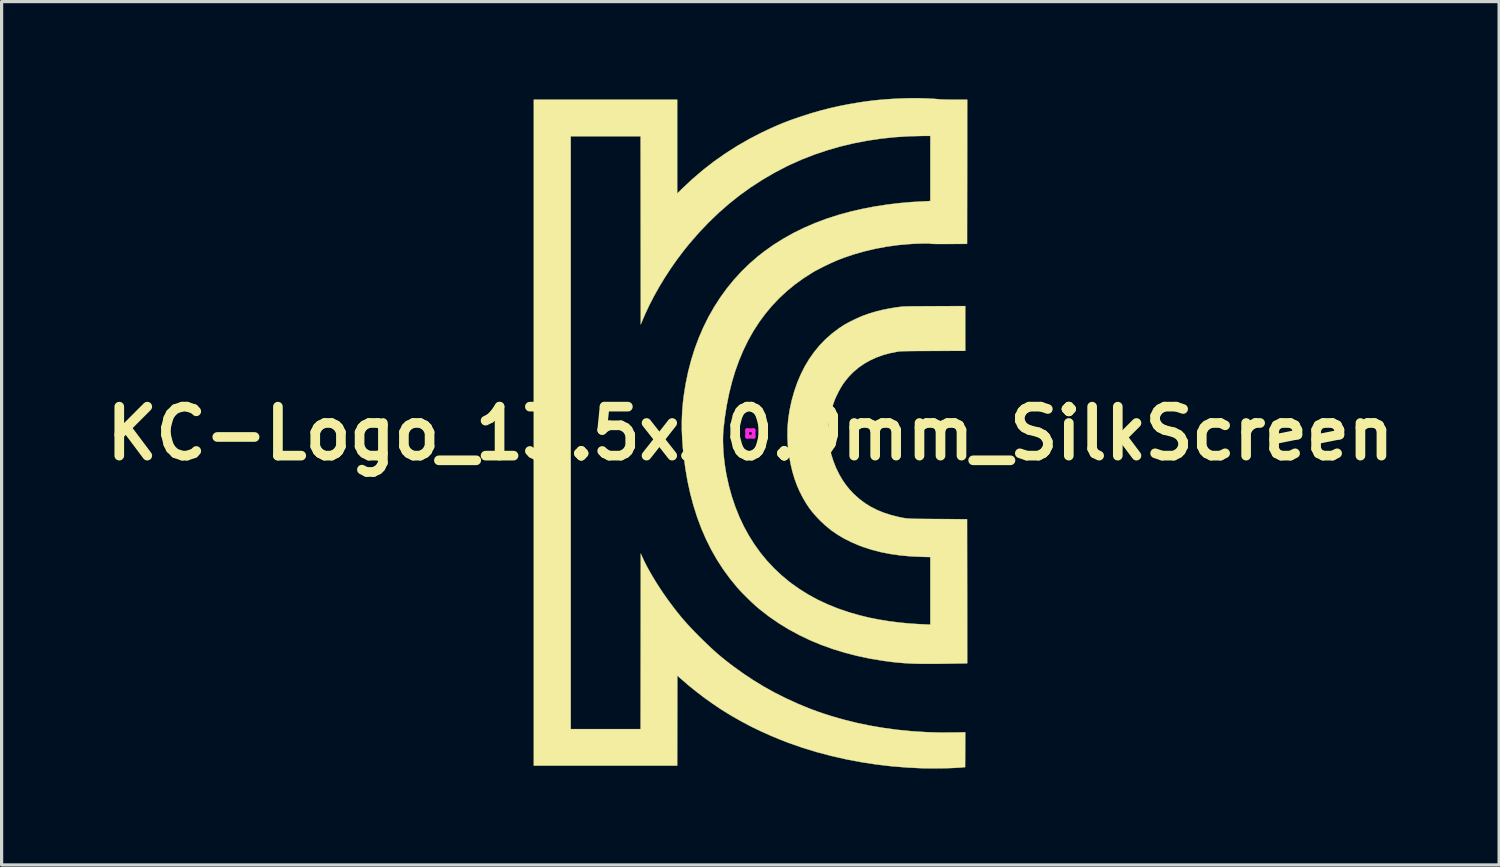
<source format=kicad_pcb>
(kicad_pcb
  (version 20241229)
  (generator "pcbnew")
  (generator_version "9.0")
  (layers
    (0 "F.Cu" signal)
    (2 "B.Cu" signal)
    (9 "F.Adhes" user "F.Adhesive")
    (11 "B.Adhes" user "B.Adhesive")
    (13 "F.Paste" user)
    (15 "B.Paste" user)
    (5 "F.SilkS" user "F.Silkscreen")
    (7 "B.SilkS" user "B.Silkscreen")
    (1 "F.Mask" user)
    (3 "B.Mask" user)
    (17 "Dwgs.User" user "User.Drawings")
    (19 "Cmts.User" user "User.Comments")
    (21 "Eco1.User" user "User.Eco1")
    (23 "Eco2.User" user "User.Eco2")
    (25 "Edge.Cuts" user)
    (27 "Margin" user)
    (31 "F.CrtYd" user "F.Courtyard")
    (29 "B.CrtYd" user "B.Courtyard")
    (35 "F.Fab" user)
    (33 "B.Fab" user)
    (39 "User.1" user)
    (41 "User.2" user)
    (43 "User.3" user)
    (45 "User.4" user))
  (footprint "KC-Logo_13.5x20.9mm_SilkScreen"
    (layer "F.Cu")
    (at 20.291 10.434)
    (property "Reference" "KC-Logo_13.5x20.9mm_SilkScreen" (at 0 0 0) (layer "F.SilkS") (effects (font (size 1.524 1.524) (thickness 0.3))))
    (attr exclude_from_pos_files exclude_from_bom)
    (fp_poly (pts (xy 5.459 -10.423) (xy 5.672 -10.413) (xy 5.842 -10.399) (xy 5.914 -10.393) (xy 6.002 -10.389) (xy 6.107 -10.386) (xy 6.23 -10.384) (xy 6.372 -10.384) (xy 6.373 -10.384) (xy 6.746 -10.384) (xy 6.744 -8.141) (xy 6.741 -5.898) (xy 6.178 -5.895) (xy 6.047 -5.895) (xy 5.935 -5.895) (xy 5.841 -5.895) (xy 5.764 -5.895) (xy 5.704 -5.897) (xy 5.658 -5.898) (xy 5.626 -5.9) (xy 5.608 -5.902) (xy 5.602 -5.904) (xy 5.587 -5.908) (xy 5.555 -5.91) (xy 5.507 -5.911) (xy 5.446 -5.911) (xy 5.375 -5.91) (xy 5.295 -5.908) (xy 5.21 -5.905) (xy 5.122 -5.902) (xy 5.032 -5.897) (xy 4.948 -5.892) (xy 4.597 -5.861) (xy 4.247 -5.813) (xy 3.9 -5.749) (xy 3.558 -5.669) (xy 3.224 -5.574) (xy 2.902 -5.465) (xy 2.743 -5.404) (xy 2.662 -5.37) (xy 2.569 -5.329) (xy 2.467 -5.282) (xy 2.362 -5.232) (xy 2.257 -5.181) (xy 2.156 -5.129) (xy 2.063 -5.081) (xy 1.982 -5.036) (xy 1.937 -5.01) (xy 1.655 -4.83) (xy 1.387 -4.636) (xy 1.135 -4.429) (xy 0.897 -4.208) (xy 0.674 -3.973) (xy 0.467 -3.725) (xy 0.274 -3.463) (xy 0.095 -3.187) (xy -0.068 -2.897) (xy -0.216 -2.594) (xy -0.35 -2.277) (xy -0.469 -1.946) (xy -0.573 -1.601) (xy -0.662 -1.242) (xy -0.737 -0.869) (xy -0.797 -0.482) (xy -0.839 -0.112) (xy -0.849 0.043) (xy -0.852 0.213) (xy -0.847 0.395) (xy -0.836 0.586) (xy -0.818 0.782) (xy -0.794 0.981) (xy -0.763 1.178) (xy -0.741 1.3) (xy -0.665 1.642) (xy -0.573 1.973) (xy -0.464 2.293) (xy -0.34 2.601) (xy -0.2 2.897) (xy -0.044 3.181) (xy 0.127 3.452) (xy 0.314 3.711) (xy 0.515 3.956) (xy 0.732 4.188) (xy 0.963 4.406) (xy 1.208 4.61) (xy 1.271 4.658) (xy 1.534 4.844) (xy 1.809 5.015) (xy 2.097 5.172) (xy 2.399 5.313) (xy 2.714 5.441) (xy 3.044 5.554) (xy 3.093 5.569) (xy 3.384 5.653) (xy 3.679 5.725) (xy 3.981 5.786) (xy 4.292 5.837) (xy 4.617 5.879) (xy 4.851 5.902) (xy 4.92 5.908) (xy 5 5.914) (xy 5.087 5.92) (xy 5.178 5.926) (xy 5.269 5.931) (xy 5.356 5.935) (xy 5.435 5.939) (xy 5.503 5.942) (xy 5.556 5.943) (xy 5.57 5.943) (xy 5.598 5.944) (xy 5.598 3.844) (xy 5.326 3.837) (xy 4.992 3.822) (xy 4.67 3.793) (xy 4.36 3.749) (xy 4.063 3.691) (xy 3.78 3.618) (xy 3.511 3.532) (xy 3.371 3.479) (xy 3.133 3.376) (xy 2.912 3.265) (xy 2.706 3.143) (xy 2.515 3.01) (xy 2.335 2.864) (xy 2.165 2.705) (xy 2.164 2.704) (xy 2.038 2.571) (xy 1.926 2.441) (xy 1.826 2.309) (xy 1.734 2.171) (xy 1.646 2.022) (xy 1.632 1.996) (xy 1.534 1.806) (xy 1.449 1.612) (xy 1.376 1.411) (xy 1.312 1.198) (xy 1.257 0.97) (xy 1.255 0.96) (xy 1.202 0.672) (xy 1.168 0.389) (xy 1.153 0.11) (xy 1.156 -0.167) (xy 1.179 -0.446) (xy 1.221 -0.726) (xy 1.282 -1.011) (xy 1.287 -1.031) (xy 1.368 -1.317) (xy 1.463 -1.59) (xy 1.573 -1.849) (xy 1.697 -2.094) (xy 1.836 -2.325) (xy 1.99 -2.541) (xy 2.157 -2.744) (xy 2.339 -2.932) (xy 2.536 -3.106) (xy 2.746 -3.265) (xy 2.885 -3.357) (xy 2.953 -3.398) (xy 3.034 -3.443) (xy 3.126 -3.49) (xy 3.223 -3.538) (xy 3.32 -3.584) (xy 3.413 -3.625) (xy 3.498 -3.661) (xy 3.526 -3.671) (xy 3.71 -3.736) (xy 3.901 -3.793) (xy 4.101 -3.843) (xy 4.314 -3.886) (xy 4.541 -3.923) (xy 4.653 -3.938) (xy 4.679 -3.941) (xy 4.706 -3.944) (xy 4.736 -3.947) (xy 4.771 -3.949) (xy 4.812 -3.951) (xy 4.859 -3.952) (xy 4.916 -3.954) (xy 4.983 -3.955) (xy 5.06 -3.956) (xy 5.151 -3.957) (xy 5.256 -3.958) (xy 5.377 -3.958) (xy 5.514 -3.959) (xy 5.67 -3.96) (xy 5.738 -3.96) (xy 6.685 -3.963) (xy 6.685 -2.571) (xy 5.697 -2.568) (xy 5.531 -2.567) (xy 5.383 -2.566) (xy 5.253 -2.566) (xy 5.139 -2.565) (xy 5.04 -2.564) (xy 4.956 -2.563) (xy 4.883 -2.562) (xy 4.821 -2.561) (xy 4.77 -2.56) (xy 4.726 -2.558) (xy 4.69 -2.556) (xy 4.659 -2.554) (xy 4.633 -2.552) (xy 4.61 -2.549) (xy 4.592 -2.547) (xy 4.358 -2.502) (xy 4.135 -2.442) (xy 3.924 -2.366) (xy 3.725 -2.275) (xy 3.538 -2.169) (xy 3.364 -2.048) (xy 3.204 -1.912) (xy 3.057 -1.762) (xy 2.926 -1.598) (xy 2.874 -1.524) (xy 2.831 -1.456) (xy 2.784 -1.374) (xy 2.737 -1.285) (xy 2.691 -1.193) (xy 2.65 -1.106) (xy 2.622 -1.038) (xy 2.582 -0.928) (xy 2.544 -0.807) (xy 2.51 -0.679) (xy 2.48 -0.548) (xy 2.454 -0.416) (xy 2.433 -0.288) (xy 2.419 -0.167) (xy 2.411 -0.057) (xy 2.411 0.038) (xy 2.411 0.046) (xy 2.43 0.246) (xy 2.466 0.451) (xy 2.517 0.657) (xy 2.583 0.862) (xy 2.661 1.06) (xy 2.752 1.25) (xy 2.853 1.426) (xy 2.892 1.486) (xy 2.987 1.62) (xy 3.085 1.74) (xy 3.189 1.852) (xy 3.232 1.895) (xy 3.394 2.039) (xy 3.566 2.168) (xy 3.75 2.282) (xy 3.945 2.381) (xy 4.154 2.466) (xy 4.377 2.538) (xy 4.583 2.59) (xy 4.632 2.601) (xy 4.676 2.61) (xy 4.718 2.619) (xy 4.757 2.626) (xy 4.796 2.632) (xy 4.837 2.638) (xy 4.881 2.642) (xy 4.93 2.646) (xy 4.985 2.649) (xy 5.047 2.652) (xy 5.119 2.654) (xy 5.202 2.656) (xy 5.297 2.657) (xy 5.406 2.658) (xy 5.53 2.659) (xy 5.672 2.66) (xy 5.832 2.661) (xy 5.847 2.661) (xy 6.741 2.667) (xy 6.744 4.908) (xy 6.746 7.15) (xy 6.226 7.159) (xy 6.013 7.162) (xy 5.818 7.164) (xy 5.64 7.165) (xy 5.477 7.165) (xy 5.326 7.164) (xy 5.187 7.162) (xy 5.055 7.158) (xy 4.931 7.152) (xy 4.812 7.145) (xy 4.697 7.136) (xy 4.582 7.126) (xy 4.467 7.114) (xy 4.349 7.1) (xy 4.226 7.083) (xy 4.135 7.071) (xy 3.727 7.004) (xy 3.33 6.92) (xy 2.944 6.821) (xy 2.569 6.706) (xy 2.206 6.576) (xy 1.855 6.43) (xy 1.517 6.268) (xy 1.191 6.091) (xy 0.878 5.899) (xy 0.579 5.693) (xy 0.293 5.471) (xy 0.197 5.39) (xy 0.127 5.328) (xy 0.047 5.254) (xy -0.039 5.172) (xy -0.126 5.086) (xy -0.213 4.999) (xy -0.294 4.915) (xy -0.366 4.837) (xy -0.414 4.783) (xy -0.637 4.51) (xy -0.845 4.225) (xy -1.038 3.928) (xy -1.214 3.618) (xy -1.376 3.295) (xy -1.522 2.96) (xy -1.652 2.612) (xy -1.767 2.251) (xy -1.867 1.877) (xy -1.952 1.49) (xy -2.021 1.09) (xy -2.076 0.676) (xy -2.098 0.462) (xy -2.12 0.161) (xy -2.132 -0.127) (xy -2.131 -0.408) (xy -2.12 -0.684) (xy -2.097 -0.961) (xy -2.072 -1.168) (xy -2.012 -1.549) (xy -1.935 -1.92) (xy -1.841 -2.281) (xy -1.731 -2.633) (xy -1.604 -2.974) (xy -1.461 -3.305) (xy -1.303 -3.624) (xy -1.128 -3.931) (xy -0.938 -4.227) (xy -0.733 -4.51) (xy -0.513 -4.78) (xy -0.278 -5.037) (xy -0.029 -5.28) (xy 0.235 -5.509) (xy 0.437 -5.667) (xy 0.724 -5.871) (xy 1.026 -6.06) (xy 1.342 -6.237) (xy 1.672 -6.399) (xy 2.016 -6.547) (xy 2.372 -6.681) (xy 2.741 -6.8) (xy 3.119 -6.903) (xy 3.477 -6.985) (xy 3.847 -7.057) (xy 4.225 -7.116) (xy 4.606 -7.163) (xy 4.983 -7.197) (xy 5.274 -7.214) (xy 5.347 -7.217) (xy 5.414 -7.221) (xy 5.472 -7.224) (xy 5.52 -7.226) (xy 5.552 -7.229) (xy 5.565 -7.23) (xy 5.598 -7.235) (xy 5.598 -9.256) (xy 5.387 -9.256) (xy 4.941 -9.246) (xy 4.5 -9.218) (xy 4.064 -9.172) (xy 3.634 -9.108) (xy 3.211 -9.026) (xy 2.795 -8.927) (xy 2.388 -8.809) (xy 1.989 -8.675) (xy 1.6 -8.523) (xy 1.222 -8.354) (xy 1.113 -8.301) (xy 0.734 -8.103) (xy 0.366 -7.887) (xy 0.01 -7.656) (xy -0.336 -7.407) (xy -0.67 -7.141) (xy -0.993 -6.858) (xy -1.304 -6.558) (xy -1.605 -6.241) (xy -1.895 -5.908) (xy -2.081 -5.677) (xy -2.28 -5.413) (xy -2.472 -5.139) (xy -2.656 -4.858) (xy -2.829 -4.573) (xy -2.991 -4.285) (xy -3.139 -4) (xy -3.271 -3.718) (xy -3.349 -3.538) (xy -3.409 -3.393) (xy -3.411 -6.319) (xy -3.414 -9.246) (xy -4.501 -9.246) (xy -5.588 -9.246) (xy -5.588 9.195) (xy -3.414 9.195) (xy -3.411 6.465) (xy -3.409 3.736) (xy -3.358 3.851) (xy -3.295 3.985) (xy -3.221 4.131) (xy -3.135 4.287) (xy -3.041 4.449) (xy -2.94 4.616) (xy -2.833 4.784) (xy -2.722 4.951) (xy -2.609 5.114) (xy -2.497 5.268) (xy -2.385 5.417) (xy -2.279 5.553) (xy -2.177 5.679) (xy -2.076 5.799) (xy -1.972 5.916) (xy -1.863 6.035) (xy -1.745 6.159) (xy -1.615 6.291) (xy -1.586 6.32) (xy -1.452 6.452) (xy -1.329 6.571) (xy -1.213 6.68) (xy -1.102 6.781) (xy -0.993 6.877) (xy -0.882 6.969) (xy -0.767 7.062) (xy -0.645 7.157) (xy -0.544 7.234) (xy -0.228 7.462) (xy 0.091 7.674) (xy 0.415 7.872) (xy 0.748 8.057) (xy 1.094 8.231) (xy 1.453 8.396) (xy 1.661 8.484) (xy 1.866 8.566) (xy 2.072 8.643) (xy 2.283 8.715) (xy 2.502 8.785) (xy 2.734 8.853) (xy 2.921 8.905) (xy 3.318 9.004) (xy 3.728 9.089) (xy 4.148 9.16) (xy 4.578 9.218) (xy 5.014 9.261) (xy 5.455 9.289) (xy 5.898 9.303) (xy 6.337 9.301) (xy 6.685 9.294) (xy 6.683 9.836) (xy 6.68 10.378) (xy 6.614 10.385) (xy 6.525 10.393) (xy 6.42 10.399) (xy 6.3 10.405) (xy 6.17 10.41) (xy 6.032 10.414) (xy 5.891 10.416) (xy 5.748 10.417) (xy 5.608 10.417) (xy 5.474 10.416) (xy 5.359 10.414) (xy 4.878 10.391) (xy 4.398 10.352) (xy 3.92 10.296) (xy 3.446 10.223) (xy 2.978 10.135) (xy 2.518 10.03) (xy 2.066 9.911) (xy 1.624 9.776) (xy 1.194 9.626) (xy 0.945 9.53) (xy 0.621 9.395) (xy 0.312 9.256) (xy 0.013 9.111) (xy -0.279 8.956) (xy -0.572 8.79) (xy -0.665 8.734) (xy -0.915 8.579) (xy -1.169 8.408) (xy -1.423 8.227) (xy -1.672 8.038) (xy -1.911 7.845) (xy -2.136 7.651) (xy -2.169 7.622) (xy -2.271 7.531) (xy -2.273 8.932) (xy -2.276 10.333) (xy -6.736 10.333) (xy -6.736 -10.384) (xy -2.276 -10.384) (xy -2.276 -7.464) (xy -2.116 -7.621) (xy -1.801 -7.916) (xy -1.473 -8.196) (xy -1.131 -8.462) (xy -0.776 -8.711) (xy -0.409 -8.945) (xy -0.029 -9.163) (xy 0.362 -9.365) (xy 0.617 -9.485) (xy 0.747 -9.543) (xy 0.868 -9.596) (xy 0.984 -9.644) (xy 1.1 -9.69) (xy 1.219 -9.735) (xy 1.345 -9.78) (xy 1.484 -9.828) (xy 1.626 -9.876) (xy 1.912 -9.967) (xy 2.196 -10.048) (xy 2.481 -10.121) (xy 2.772 -10.187) (xy 3.073 -10.245) (xy 3.388 -10.298) (xy 3.546 -10.322) (xy 3.775 -10.352) (xy 4.013 -10.377) (xy 4.257 -10.397) (xy 4.505 -10.413) (xy 4.752 -10.423) (xy 4.996 -10.429) (xy 5.233 -10.429) (xy 5.459 -10.423)) (stroke (width 0.01) (type solid)) (fill yes) (layer "F.SilkS"))
    (fp_line (start -0.1 -0.1) (end 0.1 -0.1) (stroke (width 0.12) (type solid)) (layer "F.CrtYd"))
    (fp_line (start -0.1 0.1) (end -0.1 -0.1) (stroke (width 0.12) (type solid)) (layer "F.CrtYd"))
    (fp_line (start 0.1 -0.1) (end 0.1 0.1) (stroke (width 0.12) (type solid)) (layer "F.CrtYd"))
    (fp_line (start 0.1 0.1) (end -0.1 0.1) (stroke (width 0.12) (type solid)) (layer "F.CrtYd")))
  (gr_rect
    (start -3 -3)
    (end 43.582 23.856)
    (stroke (width 0.1) (type default))
    (fill no)
    (layer "Edge.Cuts")))
</source>
